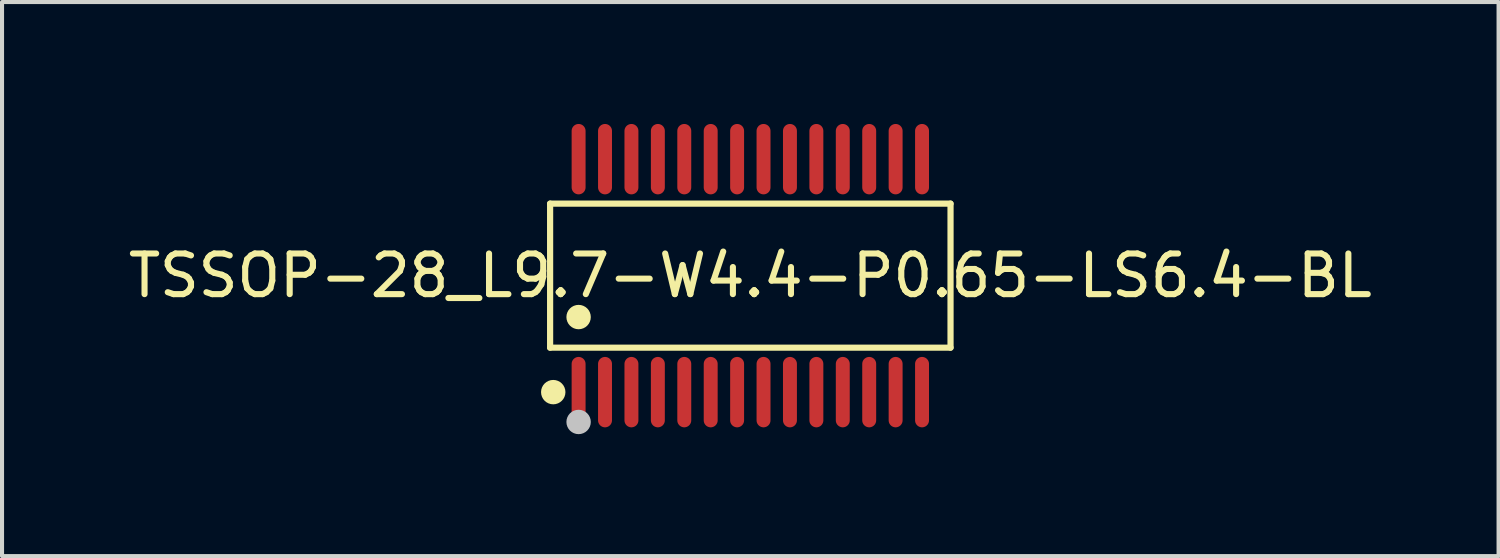
<source format=kicad_pcb>
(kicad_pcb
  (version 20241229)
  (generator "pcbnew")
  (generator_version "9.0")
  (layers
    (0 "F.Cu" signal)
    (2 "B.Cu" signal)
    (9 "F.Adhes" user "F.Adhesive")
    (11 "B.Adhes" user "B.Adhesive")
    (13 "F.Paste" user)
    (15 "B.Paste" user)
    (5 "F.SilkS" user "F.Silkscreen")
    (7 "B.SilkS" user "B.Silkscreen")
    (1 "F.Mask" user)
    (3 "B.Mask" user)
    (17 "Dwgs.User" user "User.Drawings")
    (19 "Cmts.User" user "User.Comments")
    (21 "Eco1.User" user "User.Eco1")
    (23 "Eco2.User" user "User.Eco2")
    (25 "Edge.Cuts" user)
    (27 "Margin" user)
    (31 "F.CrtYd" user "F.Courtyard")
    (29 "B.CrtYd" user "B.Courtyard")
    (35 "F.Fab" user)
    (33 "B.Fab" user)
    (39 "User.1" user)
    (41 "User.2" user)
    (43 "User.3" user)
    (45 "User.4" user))
  (footprint "TSSOP-28_L9.7-W4.4-P0.65-LS6.4-BL"
    (layer "F.Cu")
    (at 15.411 3.732)
    (property "Reference" "TSSOP-28_L9.7-W4.4-P0.65-LS6.4-BL" (at 0 0 0) (layer "F.SilkS") (effects (font (size 1 1) (thickness 0.15))))
    (fp_line (start -4.926 -1.772) (end 4.926 -1.772) (stroke (width 0.152) (type default)) (layer "F.SilkS"))
    (fp_line (start -4.926 1.772) (end -4.926 -1.772) (stroke (width 0.152) (type default)) (layer "F.SilkS"))
    (fp_line (start 4.926 -1.772) (end 4.926 1.772) (stroke (width 0.152) (type default)) (layer "F.SilkS"))
    (fp_line (start 4.926 1.772) (end -4.926 1.772) (stroke (width 0.152) (type default)) (layer "F.SilkS"))
    (fp_circle (center -4.849 2.866) (end -4.699 2.866) (stroke (width 0.3) (type default)) (fill no) (layer "F.SilkS"))
    (fp_circle (center -4.225 1.019) (end -4.075 1.019) (stroke (width 0.3) (type default)) (fill no) (layer "F.SilkS"))
    (fp_circle (center -4.225 3.6) (end -4.075 3.6) (stroke (width 0.3) (type default)) (fill no) (layer "Dwgs.User"))
    (fp_poly (pts (xy -4.348 -3.2) (xy -4.348 -2.6) (xy -4.103 -2.6) (xy -4.103 -3.2)) (stroke (width 0.1) (type default)) (fill no) (layer "User.1"))
    (fp_poly (pts (xy -4.348 -2.61) (xy -4.348 -2.19) (xy -4.103 -2.19) (xy -4.103 -2.61)) (stroke (width 0.1) (type default)) (fill no) (layer "User.1"))
    (fp_poly (pts (xy -4.348 2.61) (xy -4.348 2.19) (xy -4.103 2.19) (xy -4.103 2.61)) (stroke (width 0.1) (type default)) (fill no) (layer "User.1"))
    (fp_poly (pts (xy -4.348 3.2) (xy -4.348 2.6) (xy -4.103 2.6) (xy -4.103 3.2)) (stroke (width 0.1) (type default)) (fill no) (layer "User.1"))
    (fp_poly (pts (xy -3.697 -3.2) (xy -3.697 -2.6) (xy -3.453 -2.6) (xy -3.453 -3.2)) (stroke (width 0.1) (type default)) (fill no) (layer "User.1"))
    (fp_poly (pts (xy -3.697 -2.61) (xy -3.697 -2.19) (xy -3.453 -2.19) (xy -3.453 -2.61)) (stroke (width 0.1) (type default)) (fill no) (layer "User.1"))
    (fp_poly (pts (xy -3.697 2.61) (xy -3.697 2.19) (xy -3.453 2.19) (xy -3.453 2.61)) (stroke (width 0.1) (type default)) (fill no) (layer "User.1"))
    (fp_poly (pts (xy -3.697 3.2) (xy -3.697 2.6) (xy -3.453 2.6) (xy -3.453 3.2)) (stroke (width 0.1) (type default)) (fill no) (layer "User.1"))
    (fp_poly (pts (xy -3.047 -3.2) (xy -3.047 -2.6) (xy -2.803 -2.6) (xy -2.803 -3.2)) (stroke (width 0.1) (type default)) (fill no) (layer "User.1"))
    (fp_poly (pts (xy -3.047 -2.61) (xy -3.047 -2.19) (xy -2.803 -2.19) (xy -2.803 -2.61)) (stroke (width 0.1) (type default)) (fill no) (layer "User.1"))
    (fp_poly (pts (xy -3.047 2.61) (xy -3.047 2.19) (xy -2.803 2.19) (xy -2.803 2.61)) (stroke (width 0.1) (type default)) (fill no) (layer "User.1"))
    (fp_poly (pts (xy -3.047 3.2) (xy -3.047 2.6) (xy -2.803 2.6) (xy -2.803 3.2)) (stroke (width 0.1) (type default)) (fill no) (layer "User.1"))
    (fp_poly (pts (xy -2.397 -3.2) (xy -2.397 -2.6) (xy -2.152 -2.6) (xy -2.152 -3.2)) (stroke (width 0.1) (type default)) (fill no) (layer "User.1"))
    (fp_poly (pts (xy -2.397 -2.61) (xy -2.397 -2.19) (xy -2.152 -2.19) (xy -2.152 -2.61)) (stroke (width 0.1) (type default)) (fill no) (layer "User.1"))
    (fp_poly (pts (xy -2.397 2.61) (xy -2.397 2.19) (xy -2.152 2.19) (xy -2.152 2.61)) (stroke (width 0.1) (type default)) (fill no) (layer "User.1"))
    (fp_poly (pts (xy -2.397 3.2) (xy -2.397 2.6) (xy -2.152 2.6) (xy -2.152 3.2)) (stroke (width 0.1) (type default)) (fill no) (layer "User.1"))
    (fp_poly (pts (xy -1.748 -3.2) (xy -1.748 -2.6) (xy -1.502 -2.6) (xy -1.502 -3.2)) (stroke (width 0.1) (type default)) (fill no) (layer "User.1"))
    (fp_poly (pts (xy -1.748 -2.61) (xy -1.748 -2.19) (xy -1.502 -2.19) (xy -1.502 -2.61)) (stroke (width 0.1) (type default)) (fill no) (layer "User.1"))
    (fp_poly (pts (xy -1.748 2.61) (xy -1.748 2.19) (xy -1.502 2.19) (xy -1.502 2.61)) (stroke (width 0.1) (type default)) (fill no) (layer "User.1"))
    (fp_poly (pts (xy -1.748 3.2) (xy -1.748 2.6) (xy -1.502 2.6) (xy -1.502 3.2)) (stroke (width 0.1) (type default)) (fill no) (layer "User.1"))
    (fp_poly (pts (xy -1.097 -3.2) (xy -1.097 -2.6) (xy -0.853 -2.6) (xy -0.853 -3.2)) (stroke (width 0.1) (type default)) (fill no) (layer "User.1"))
    (fp_poly (pts (xy -1.097 -2.61) (xy -1.097 -2.19) (xy -0.853 -2.19) (xy -0.853 -2.61)) (stroke (width 0.1) (type default)) (fill no) (layer "User.1"))
    (fp_poly (pts (xy -1.097 2.61) (xy -1.097 2.19) (xy -0.853 2.19) (xy -0.853 2.61)) (stroke (width 0.1) (type default)) (fill no) (layer "User.1"))
    (fp_poly (pts (xy -1.097 3.2) (xy -1.097 2.6) (xy -0.853 2.6) (xy -0.853 3.2)) (stroke (width 0.1) (type default)) (fill no) (layer "User.1"))
    (fp_poly (pts (xy -0.448 -3.2) (xy -0.448 -2.6) (xy -0.203 -2.6) (xy -0.203 -3.2)) (stroke (width 0.1) (type default)) (fill no) (layer "User.1"))
    (fp_poly (pts (xy -0.448 -2.61) (xy -0.448 -2.19) (xy -0.203 -2.19) (xy -0.203 -2.61)) (stroke (width 0.1) (type default)) (fill no) (layer "User.1"))
    (fp_poly (pts (xy -0.448 2.61) (xy -0.448 2.19) (xy -0.203 2.19) (xy -0.203 2.61)) (stroke (width 0.1) (type default)) (fill no) (layer "User.1"))
    (fp_poly (pts (xy -0.448 3.2) (xy -0.448 2.6) (xy -0.203 2.6) (xy -0.203 3.2)) (stroke (width 0.1) (type default)) (fill no) (layer "User.1"))
    (fp_poly (pts (xy 0.203 -3.2) (xy 0.203 -2.6) (xy 0.448 -2.6) (xy 0.448 -3.2)) (stroke (width 0.1) (type default)) (fill no) (layer "User.1"))
    (fp_poly (pts (xy 0.203 -2.61) (xy 0.203 -2.19) (xy 0.448 -2.19) (xy 0.448 -2.61)) (stroke (width 0.1) (type default)) (fill no) (layer "User.1"))
    (fp_poly (pts (xy 0.203 2.61) (xy 0.203 2.19) (xy 0.448 2.19) (xy 0.448 2.61)) (stroke (width 0.1) (type default)) (fill no) (layer "User.1"))
    (fp_poly (pts (xy 0.203 3.2) (xy 0.203 2.6) (xy 0.448 2.6) (xy 0.448 3.2)) (stroke (width 0.1) (type default)) (fill no) (layer "User.1"))
    (fp_poly (pts (xy 0.853 -3.2) (xy 0.853 -2.6) (xy 1.097 -2.6) (xy 1.097 -3.2)) (stroke (width 0.1) (type default)) (fill no) (layer "User.1"))
    (fp_poly (pts (xy 0.853 -2.61) (xy 0.853 -2.19) (xy 1.097 -2.19) (xy 1.097 -2.61)) (stroke (width 0.1) (type default)) (fill no) (layer "User.1"))
    (fp_poly (pts (xy 0.853 2.61) (xy 0.853 2.19) (xy 1.097 2.19) (xy 1.097 2.61)) (stroke (width 0.1) (type default)) (fill no) (layer "User.1"))
    (fp_poly (pts (xy 0.853 3.2) (xy 0.853 2.6) (xy 1.097 2.6) (xy 1.097 3.2)) (stroke (width 0.1) (type default)) (fill no) (layer "User.1"))
    (fp_poly (pts (xy 1.502 -3.2) (xy 1.502 -2.6) (xy 1.748 -2.6) (xy 1.748 -3.2)) (stroke (width 0.1) (type default)) (fill no) (layer "User.1"))
    (fp_poly (pts (xy 1.502 -2.61) (xy 1.502 -2.19) (xy 1.748 -2.19) (xy 1.748 -2.61)) (stroke (width 0.1) (type default)) (fill no) (layer "User.1"))
    (fp_poly (pts (xy 1.502 2.61) (xy 1.502 2.19) (xy 1.748 2.19) (xy 1.748 2.61)) (stroke (width 0.1) (type default)) (fill no) (layer "User.1"))
    (fp_poly (pts (xy 1.502 3.2) (xy 1.502 2.6) (xy 1.748 2.6) (xy 1.748 3.2)) (stroke (width 0.1) (type default)) (fill no) (layer "User.1"))
    (fp_poly (pts (xy 2.152 -3.2) (xy 2.152 -2.6) (xy 2.397 -2.6) (xy 2.397 -3.2)) (stroke (width 0.1) (type default)) (fill no) (layer "User.1"))
    (fp_poly (pts (xy 2.152 -2.61) (xy 2.152 -2.19) (xy 2.397 -2.19) (xy 2.397 -2.61)) (stroke (width 0.1) (type default)) (fill no) (layer "User.1"))
    (fp_poly (pts (xy 2.152 2.61) (xy 2.152 2.19) (xy 2.397 2.19) (xy 2.397 2.61)) (stroke (width 0.1) (type default)) (fill no) (layer "User.1"))
    (fp_poly (pts (xy 2.152 3.2) (xy 2.152 2.6) (xy 2.397 2.6) (xy 2.397 3.2)) (stroke (width 0.1) (type default)) (fill no) (layer "User.1"))
    (fp_poly (pts (xy 2.803 -3.2) (xy 2.803 -2.6) (xy 3.047 -2.6) (xy 3.047 -3.2)) (stroke (width 0.1) (type default)) (fill no) (layer "User.1"))
    (fp_poly (pts (xy 2.803 -2.61) (xy 2.803 -2.19) (xy 3.047 -2.19) (xy 3.047 -2.61)) (stroke (width 0.1) (type default)) (fill no) (layer "User.1"))
    (fp_poly (pts (xy 2.803 2.61) (xy 2.803 2.19) (xy 3.047 2.19) (xy 3.047 2.61)) (stroke (width 0.1) (type default)) (fill no) (layer "User.1"))
    (fp_poly (pts (xy 2.803 3.2) (xy 2.803 2.6) (xy 3.047 2.6) (xy 3.047 3.2)) (stroke (width 0.1) (type default)) (fill no) (layer "User.1"))
    (fp_poly (pts (xy 3.453 -3.2) (xy 3.453 -2.6) (xy 3.697 -2.6) (xy 3.697 -3.2)) (stroke (width 0.1) (type default)) (fill no) (layer "User.1"))
    (fp_poly (pts (xy 3.453 -2.61) (xy 3.453 -2.19) (xy 3.697 -2.19) (xy 3.697 -2.61)) (stroke (width 0.1) (type default)) (fill no) (layer "User.1"))
    (fp_poly (pts (xy 3.453 2.61) (xy 3.453 2.19) (xy 3.697 2.19) (xy 3.697 2.61)) (stroke (width 0.1) (type default)) (fill no) (layer "User.1"))
    (fp_poly (pts (xy 3.453 3.2) (xy 3.453 2.6) (xy 3.697 2.6) (xy 3.697 3.2)) (stroke (width 0.1) (type default)) (fill no) (layer "User.1"))
    (fp_poly (pts (xy 4.103 -3.2) (xy 4.103 -2.6) (xy 4.348 -2.6) (xy 4.348 -3.2)) (stroke (width 0.1) (type default)) (fill no) (layer "User.1"))
    (fp_poly (pts (xy 4.103 -2.61) (xy 4.103 -2.19) (xy 4.348 -2.19) (xy 4.348 -2.61)) (stroke (width 0.1) (type default)) (fill no) (layer "User.1"))
    (fp_poly (pts (xy 4.103 2.61) (xy 4.103 2.19) (xy 4.348 2.19) (xy 4.348 2.61)) (stroke (width 0.1) (type default)) (fill no) (layer "User.1"))
    (fp_poly (pts (xy 4.103 3.2) (xy 4.103 2.6) (xy 4.348 2.6) (xy 4.348 3.2)) (stroke (width 0.1) (type default)) (fill no) (layer "User.1"))
    (fp_line (start -4.85 -2.2) (end 4.85 -2.2) (stroke (width 0.051) (type default)) (layer "User.2"))
    (fp_line (start -4.85 2.2) (end -4.85 -2.2) (stroke (width 0.051) (type default)) (layer "User.2"))
    (fp_line (start 4.85 -2.2) (end 4.85 2.2) (stroke (width 0.051) (type default)) (layer "User.2"))
    (fp_line (start 4.85 2.2) (end -4.85 2.2) (stroke (width 0.051) (type default)) (layer "User.2"))
    (fp_poly (pts (xy -4.79 3.2) (xy -4.808 3.158) (xy -4.85 3.14) (xy -4.892 3.158) (xy -4.91 3.2) (xy -4.892 3.242) (xy -4.85 3.26) (xy -4.808 3.242)) (stroke (width 0.1) (type default)) (fill no) (layer "User.3"))
    (pad "1" smd oval (at -4.225 2.866) (size 0.343 1.732) (layers "F.Cu" "F.Mask" "F.Paste"))
    (pad "2" smd oval (at -3.575 2.866) (size 0.343 1.732) (layers "F.Cu" "F.Mask" "F.Paste"))
    (pad "3" smd oval (at -2.925 2.866) (size 0.343 1.732) (layers "F.Cu" "F.Mask" "F.Paste"))
    (pad "4" smd oval (at -2.275 2.866) (size 0.343 1.732) (layers "F.Cu" "F.Mask" "F.Paste"))
    (pad "5" smd oval (at -1.625 2.866) (size 0.343 1.732) (layers "F.Cu" "F.Mask" "F.Paste"))
    (pad "6" smd oval (at -0.975 2.866) (size 0.343 1.732) (layers "F.Cu" "F.Mask" "F.Paste"))
    (pad "7" smd oval (at -0.325 2.866) (size 0.343 1.732) (layers "F.Cu" "F.Mask" "F.Paste"))
    (pad "8" smd oval (at 0.325 2.866) (size 0.343 1.732) (layers "F.Cu" "F.Mask" "F.Paste"))
    (pad "9" smd oval (at 0.975 2.866) (size 0.343 1.732) (layers "F.Cu" "F.Mask" "F.Paste"))
    (pad "10" smd oval (at 1.625 2.866) (size 0.343 1.732) (layers "F.Cu" "F.Mask" "F.Paste"))
    (pad "11" smd oval (at 2.275 2.866) (size 0.343 1.732) (layers "F.Cu" "F.Mask" "F.Paste"))
    (pad "12" smd oval (at 2.925 2.866) (size 0.343 1.732) (layers "F.Cu" "F.Mask" "F.Paste"))
    (pad "13" smd oval (at 3.575 2.866) (size 0.343 1.732) (layers "F.Cu" "F.Mask" "F.Paste"))
    (pad "14" smd oval (at 4.225 2.866) (size 0.343 1.732) (layers "F.Cu" "F.Mask" "F.Paste"))
    (pad "15" smd oval (at 4.225 -2.866) (size 0.343 1.732) (layers "F.Cu" "F.Mask" "F.Paste"))
    (pad "16" smd oval (at 3.575 -2.866) (size 0.343 1.732) (layers "F.Cu" "F.Mask" "F.Paste"))
    (pad "17" smd oval (at 2.925 -2.866) (size 0.343 1.732) (layers "F.Cu" "F.Mask" "F.Paste"))
    (pad "18" smd oval (at 2.275 -2.866) (size 0.343 1.732) (layers "F.Cu" "F.Mask" "F.Paste"))
    (pad "19" smd oval (at 1.625 -2.866) (size 0.343 1.732) (layers "F.Cu" "F.Mask" "F.Paste"))
    (pad "20" smd oval (at 0.975 -2.866) (size 0.343 1.732) (layers "F.Cu" "F.Mask" "F.Paste"))
    (pad "21" smd oval (at 0.325 -2.866) (size 0.343 1.732) (layers "F.Cu" "F.Mask" "F.Paste"))
    (pad "22" smd oval (at -0.325 -2.866) (size 0.343 1.732) (layers "F.Cu" "F.Mask" "F.Paste"))
    (pad "23" smd oval (at -0.975 -2.866) (size 0.343 1.732) (layers "F.Cu" "F.Mask" "F.Paste"))
    (pad "24" smd oval (at -1.625 -2.866) (size 0.343 1.732) (layers "F.Cu" "F.Mask" "F.Paste"))
    (pad "25" smd oval (at -2.275 -2.866) (size 0.343 1.732) (layers "F.Cu" "F.Mask" "F.Paste"))
    (pad "26" smd oval (at -2.925 -2.866) (size 0.343 1.732) (layers "F.Cu" "F.Mask" "F.Paste"))
    (pad "27" smd oval (at -3.575 -2.866) (size 0.343 1.732) (layers "F.Cu" "F.Mask" "F.Paste"))
    (pad "28" smd oval (at -4.225 -2.866) (size 0.343 1.732) (layers "F.Cu" "F.Mask" "F.Paste")))
  (gr_rect
    (start -3 -3)
    (end 33.821 10.632)
    (stroke (width 0.1) (type default))
    (fill no)
    (layer "Edge.Cuts")))
</source>
